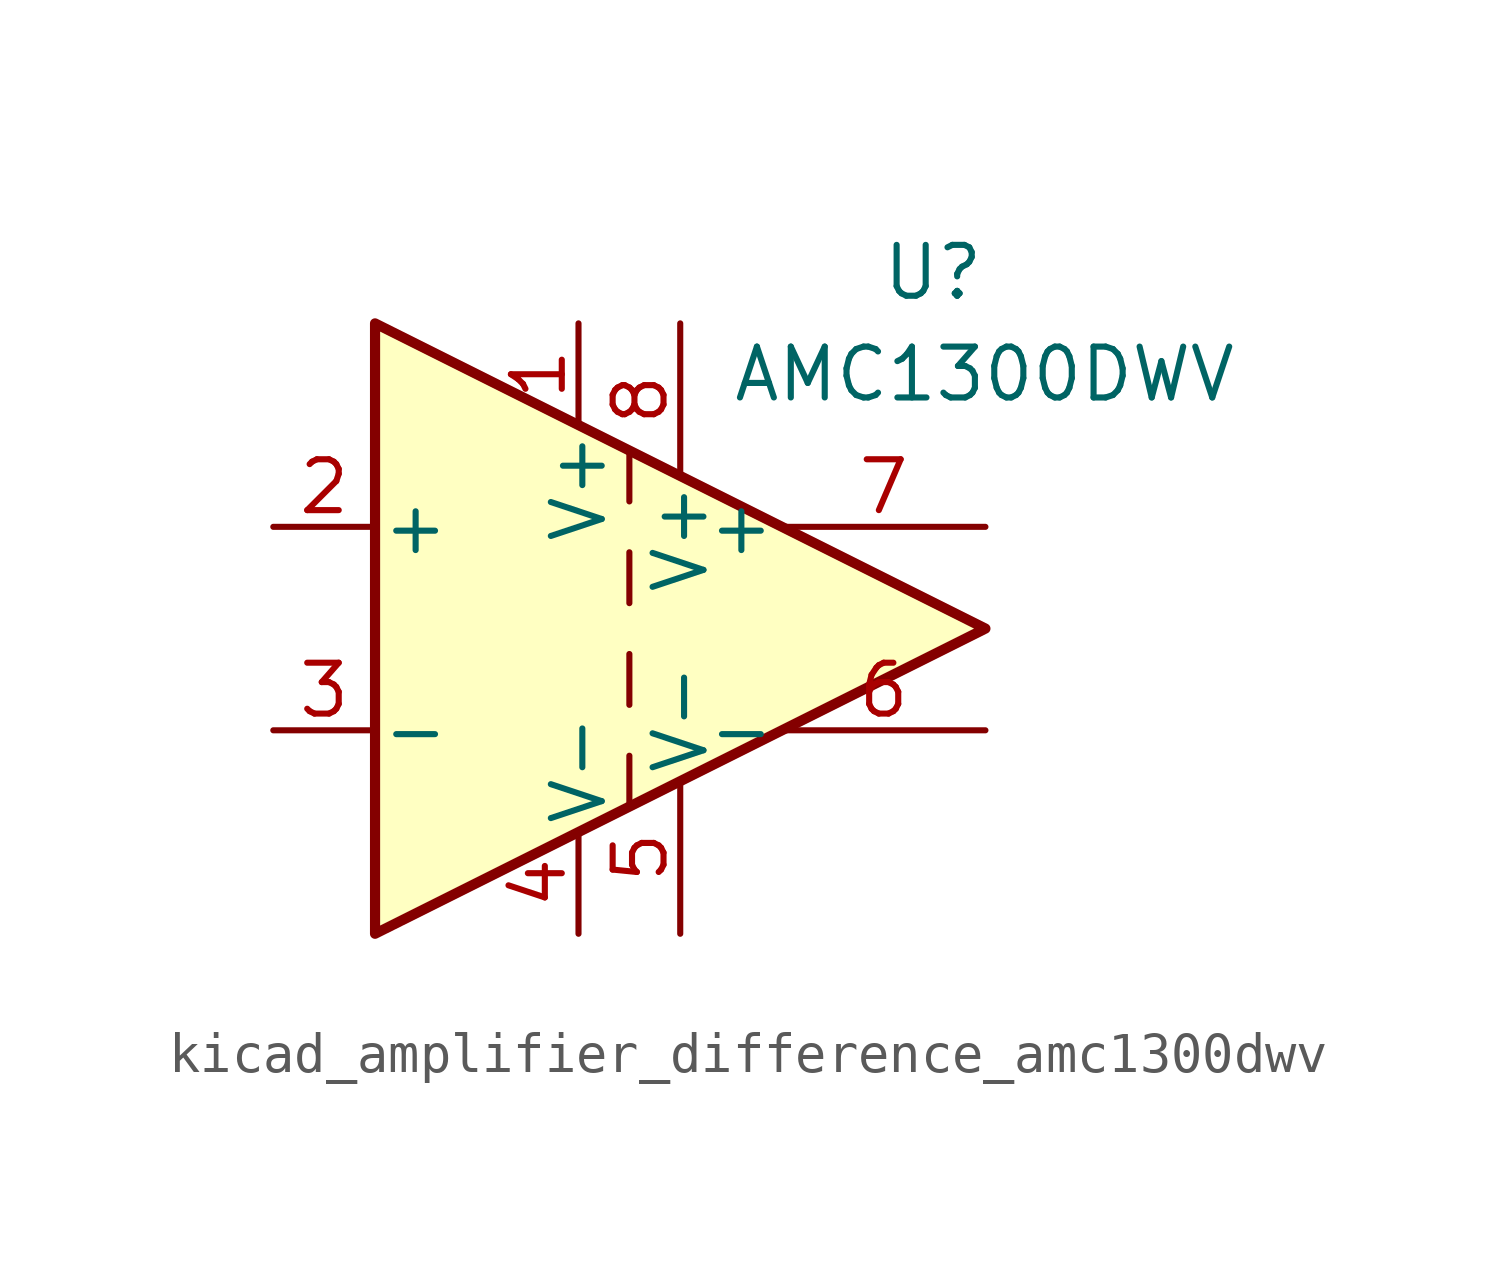
<source format=kicad_sym>
(kicad_symbol_lib
  (version 20220914)
  (generator kicad_symbol_editor)
  (symbol "kicad_amplifier_difference_amc1300dwv"
    (pin_names
      (offset 0.127))
    (property "Reference" "U"
      (at 7.62 8.89 0)
      (effects (font (size 1.27 1.27)) (justify right)))
    (property "Value" "AMC1300DWV"
      (at 1.27 6.35 0)
      (effects (font (size 1.27 1.27)) (justify left)))
    (symbol "kicad_amplifier_difference_amc1300dwv_0_1"
      (polyline (pts (xy -1.27 -3.175) (xy -1.27 -4.445)) (stroke (width 0) (type default)) (fill (type none)))
      (polyline (pts (xy -1.27 -0.635) (xy -1.27 -1.905)) (stroke (width 0) (type default)) (fill (type none)))
      (polyline (pts (xy -1.27 1.905) (xy -1.27 0.635)) (stroke (width 0) (type default)) (fill (type none)))
      (polyline (pts (xy -1.27 4.445) (xy -1.27 3.175)) (stroke (width 0) (type default)) (fill (type none)))
      (polyline (pts (xy -7.62 -7.62) (xy -7.62 7.62) (xy 7.62 0) (xy -7.62 -7.62)) (stroke (width 0.254) (type default)) (fill (type background))))
    (symbol "kicad_amplifier_difference_amc1300dwv_1_1"
      (pin power_in line (at -2.54 7.62 270) (length 2.54) (name "V+" (effects (font (size 1.27 1.27)))) (number "1" (effects (font (size 1.27 1.27)))))
      (pin input line (at -10.16 2.54 0) (length 2.54) (name "+" (effects (font (size 1.27 1.27)))) (number "2" (effects (font (size 1.27 1.27)))))
      (pin input line (at -10.16 -2.54 0) (length 2.54) (name "-" (effects (font (size 1.27 1.27)))) (number "3" (effects (font (size 1.27 1.27)))))
      (pin power_in line (at -2.54 -7.62 90) (length 2.54) (name "V-" (effects (font (size 1.27 1.27)))) (number "4" (effects (font (size 1.27 1.27)))))
      (pin power_in line (at 0 -7.62 90) (length 3.81) (name "V-" (effects (font (size 1.27 1.27)))) (number "5" (effects (font (size 1.27 1.27)))))
      (pin output line (at 7.62 -2.54 180) (length 5.08) (name "-" (effects (font (size 1.27 1.27)))) (number "6" (effects (font (size 1.27 1.27)))))
      (pin output line (at 7.62 2.54 180) (length 5.08) (name "+" (effects (font (size 1.27 1.27)))) (number "7" (effects (font (size 1.27 1.27)))))
      (pin power_in line (at 0 7.62 270) (length 3.81) (name "V+" (effects (font (size 1.27 1.27)))) (number "8" (effects (font (size 1.27 1.27))))))))
</source>
